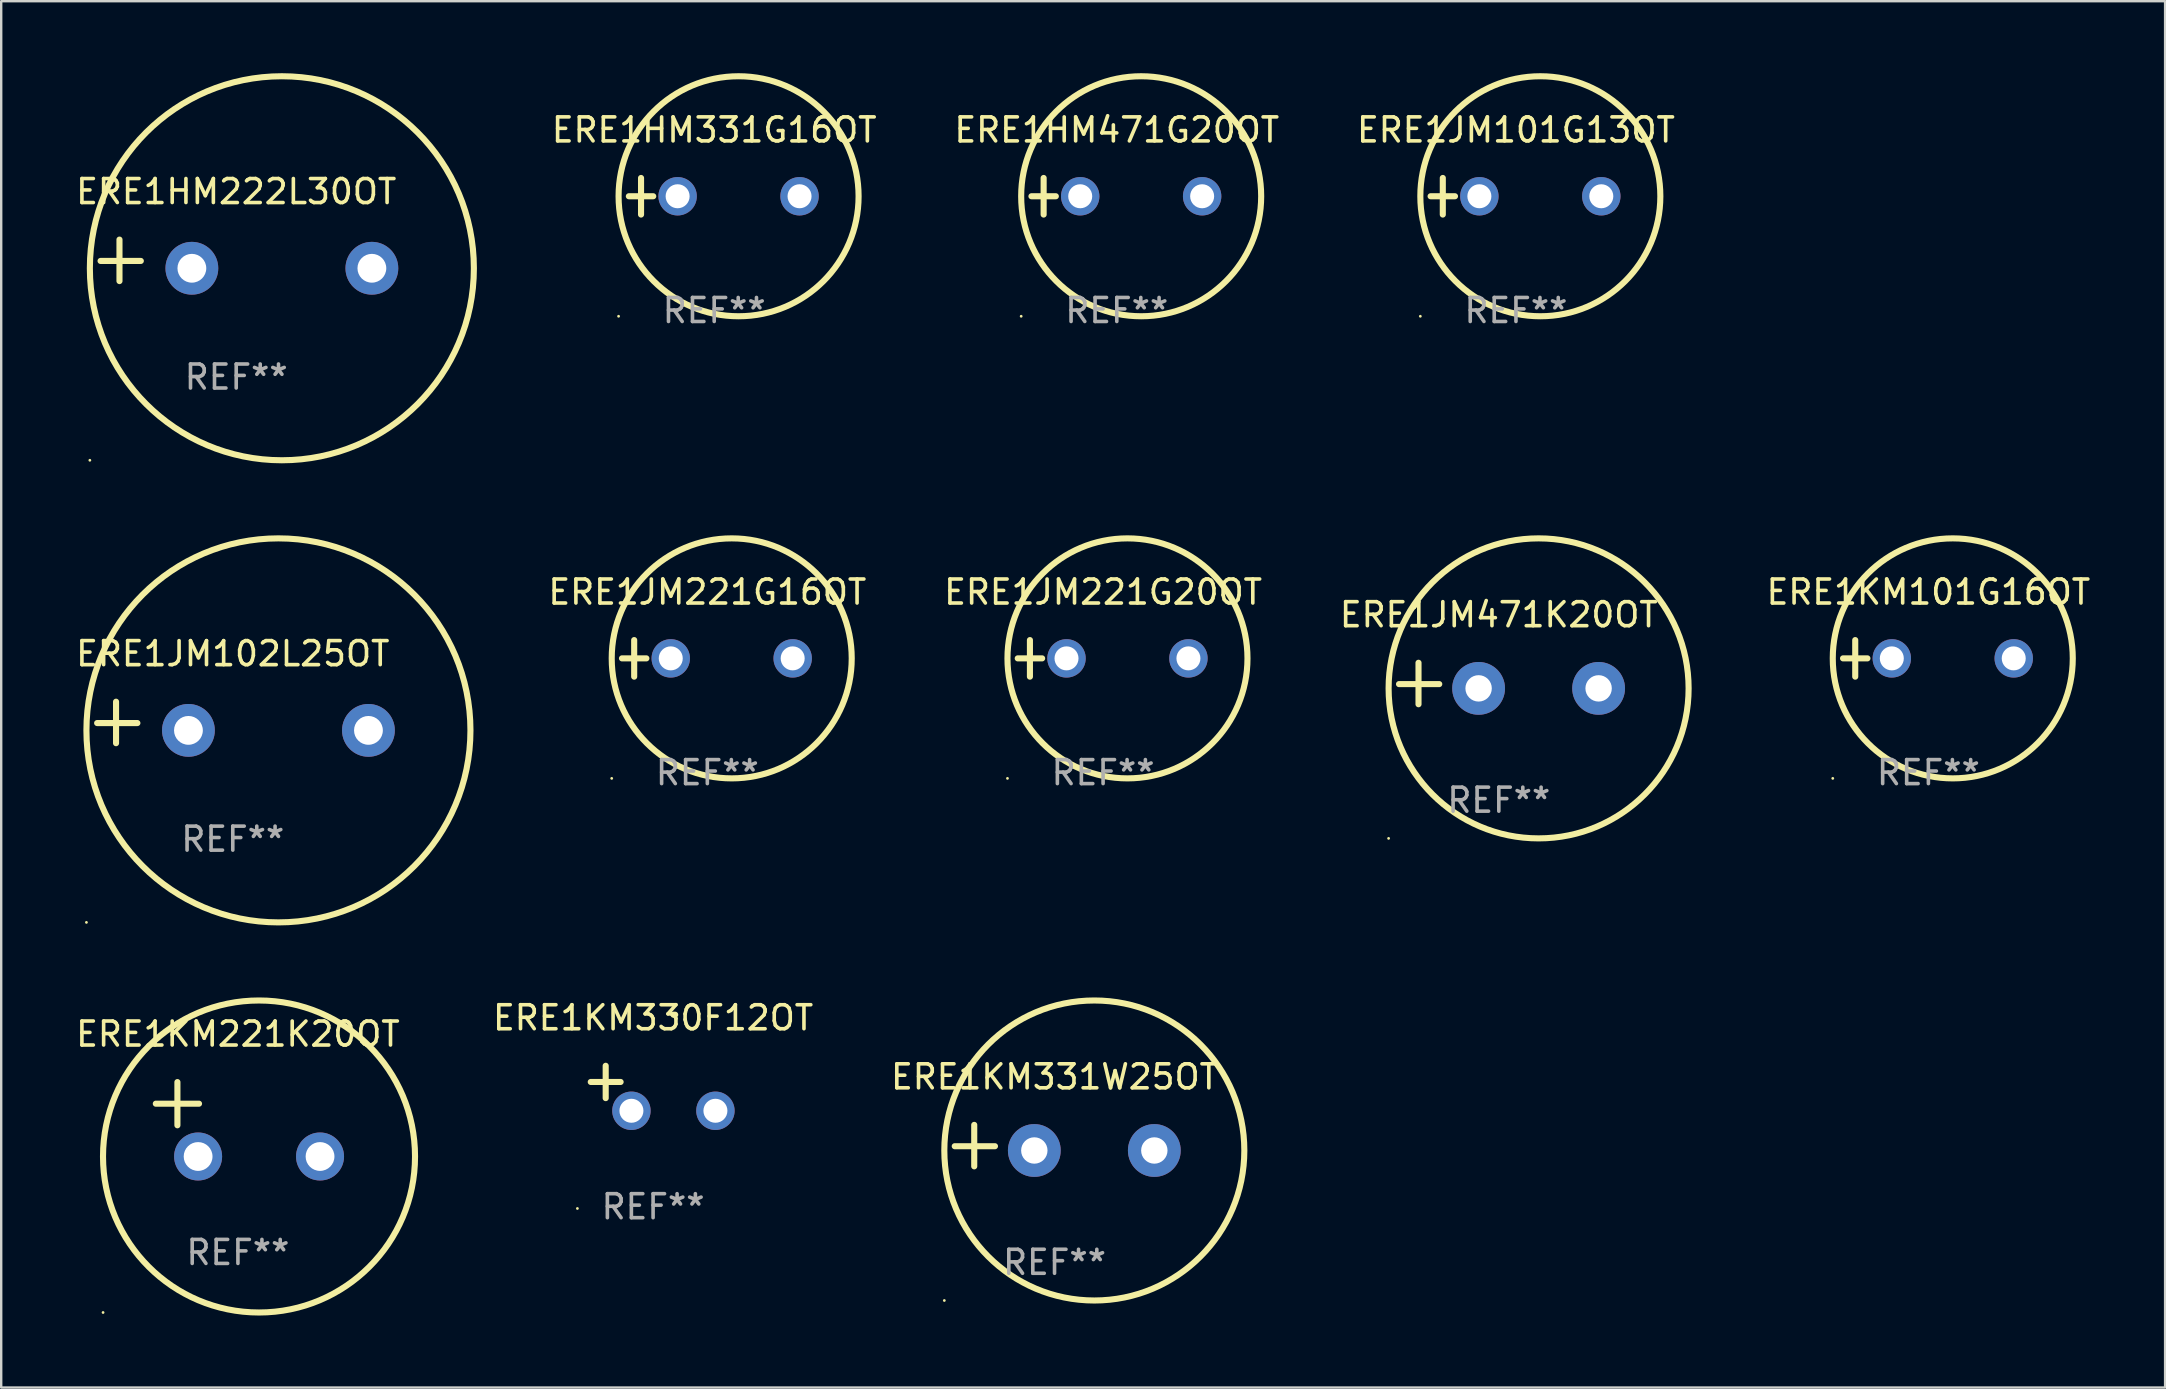
<source format=kicad_pcb>
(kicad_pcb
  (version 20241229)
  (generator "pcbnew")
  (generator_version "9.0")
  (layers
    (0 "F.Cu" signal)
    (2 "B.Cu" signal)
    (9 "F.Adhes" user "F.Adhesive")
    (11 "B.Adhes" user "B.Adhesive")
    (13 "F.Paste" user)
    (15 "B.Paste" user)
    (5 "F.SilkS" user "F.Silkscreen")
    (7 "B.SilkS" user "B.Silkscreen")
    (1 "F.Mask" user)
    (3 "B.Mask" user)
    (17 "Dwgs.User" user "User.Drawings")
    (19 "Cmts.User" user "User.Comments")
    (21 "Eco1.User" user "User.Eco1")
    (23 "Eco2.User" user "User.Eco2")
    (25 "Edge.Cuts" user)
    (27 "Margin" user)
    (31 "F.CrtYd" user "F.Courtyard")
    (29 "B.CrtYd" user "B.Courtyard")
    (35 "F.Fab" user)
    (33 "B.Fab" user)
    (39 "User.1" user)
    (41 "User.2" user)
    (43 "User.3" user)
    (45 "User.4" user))
  (footprint "ERE1KM221K20OT"
    (layer "F.Cu")
    (at 6.863 43.585)
    (property "Reference" "ERE1KM221K20OT" (at 0 -3.55 0) (layer "F.SilkS") (effects (font (size 1 1) (thickness 0.15))))
    (attr through_hole)
    (fp_line (start -3.421 -0.65) (end -1.621 -0.65) (stroke (width 0.254) (type solid)) (layer "F.SilkS"))
    (fp_line (start -2.521 -1.55) (end -2.521 0.25) (stroke (width 0.254) (type solid)) (layer "F.SilkS"))
    (fp_circle (center -5.619 8.05) (end -5.589 8.05) (stroke (width 0.06) (type solid)) (fill no) (layer "F.SilkS"))
    (fp_circle (center 0.879 1.55) (end 7.379 1.55) (stroke (width 0.254) (type solid)) (fill no) (layer "F.SilkS"))
    (fp_text user "REF**" (at 0 5.55 0) (layer "F.Fab") (effects (font (size 1 1) (thickness 0.15))))
    (pad "1" thru_hole circle (at -1.659 1.55) (size 2 2) (drill 1.2) (layers "*.Cu" "*.Mask"))
    (pad "2" thru_hole circle (at 3.421 1.55) (size 2 2) (drill 1.2) (layers "*.Cu" "*.Mask")))
  (footprint "ERE1JM102L25OT"
    (layer "F.Cu")
    (at 6.649 27.051)
    (property "Reference" "ERE1JM102L25OT" (at 0 -2.864 0) (layer "F.SilkS") (effects (font (size 1 1) (thickness 0.15))))
    (attr through_hole)
    (fp_line (start -4.864 0.864) (end -4.864 -0.864) (stroke (width 0.254) (type solid)) (layer "F.SilkS"))
    (fp_line (start -3.975 0.025) (end -5.652 0.025) (stroke (width 0.254) (type solid)) (layer "F.SilkS"))
    (fp_circle (center -6.098 8.33) (end -6.068 8.33) (stroke (width 0.06) (type solid)) (fill no) (layer "F.SilkS"))
    (fp_circle (center 1.902 0.33) (end 9.902 0.33) (stroke (width 0.254) (type solid)) (fill no) (layer "F.SilkS"))
    (fp_text user "REF**" (at 0 4.864 0) (layer "F.Fab") (effects (font (size 1 1) (thickness 0.15))))
    (pad "1" thru_hole circle (at -1.848 0.33) (size 2.2 2.2) (drill 1.2) (layers "*.Cu" "*.Mask"))
    (pad "2" thru_hole circle (at 5.652 0.33) (size 2.2 2.2) (drill 1.2) (layers "*.Cu" "*.Mask")))
  (footprint "ERE1KM331W25OT"
    (layer "F.Cu")
    (at 40.887 44.682)
    (property "Reference" "ERE1KM331W25OT" (at 0 -2.864 0) (layer "F.SilkS") (effects (font (size 1 1) (thickness 0.15))))
    (attr through_hole)
    (fp_line (start -3.346 0.864) (end -3.346 -0.864) (stroke (width 0.254) (type solid)) (layer "F.SilkS"))
    (fp_line (start -2.482 0.025) (end -4.158 0.025) (stroke (width 0.254) (type solid)) (layer "F.SilkS"))
    (fp_circle (center -4.592 6.453) (end -4.562 6.453) (stroke (width 0.06) (type solid)) (fill no) (layer "F.SilkS"))
    (fp_circle (center 1.658 0.203) (end 7.908 0.203) (stroke (width 0.254) (type solid)) (fill no) (layer "F.SilkS"))
    (fp_text user "REF**" (at 0 4.864 0) (layer "F.Fab") (effects (font (size 1 1) (thickness 0.15))))
    (pad "1" thru_hole circle (at -0.842 0.203) (size 2.2 2.2) (drill 1.1) (layers "*.Cu" "*.Mask"))
    (pad "2" thru_hole circle (at 4.158 0.203) (size 2.2 2.2) (drill 1.1) (layers "*.Cu" "*.Mask")))
  (footprint "ERE1JM471K20OT"
    (layer "F.Cu")
    (at 59.398 25.428)
    (property "Reference" "ERE1JM471K20OT" (at 0 -2.864 0) (layer "F.SilkS") (effects (font (size 1 1) (thickness 0.15))))
    (attr through_hole)
    (fp_line (start -3.346 0.864) (end -3.346 -0.864) (stroke (width 0.254) (type solid)) (layer "F.SilkS"))
    (fp_line (start -2.482 0.025) (end -4.158 0.025) (stroke (width 0.254) (type solid)) (layer "F.SilkS"))
    (fp_circle (center -4.592 6.453) (end -4.562 6.453) (stroke (width 0.06) (type solid)) (fill no) (layer "F.SilkS"))
    (fp_circle (center 1.658 0.203) (end 7.908 0.203) (stroke (width 0.254) (type solid)) (fill no) (layer "F.SilkS"))
    (fp_text user "REF**" (at 0 4.864 0) (layer "F.Fab") (effects (font (size 1 1) (thickness 0.15))))
    (pad "1" thru_hole circle (at -0.842 0.203) (size 2.2 2.2) (drill 1.1) (layers "*.Cu" "*.Mask"))
    (pad "2" thru_hole circle (at 4.158 0.203) (size 2.2 2.2) (drill 1.1) (layers "*.Cu" "*.Mask")))
  (footprint "ERE1HM222L30OT"
    (layer "F.Cu")
    (at 6.792 7.797)
    (property "Reference" "ERE1HM222L30OT" (at 0 -2.864 0) (layer "F.SilkS") (effects (font (size 1 1) (thickness 0.15))))
    (attr through_hole)
    (fp_line (start -4.864 0.864) (end -4.864 -0.864) (stroke (width 0.254) (type solid)) (layer "F.SilkS"))
    (fp_line (start -3.975 0.025) (end -5.652 0.025) (stroke (width 0.254) (type solid)) (layer "F.SilkS"))
    (fp_circle (center -6.098 8.33) (end -6.068 8.33) (stroke (width 0.06) (type solid)) (fill no) (layer "F.SilkS"))
    (fp_circle (center 1.902 0.33) (end 9.902 0.33) (stroke (width 0.254) (type solid)) (fill no) (layer "F.SilkS"))
    (fp_text user "REF**" (at 0 4.864 0) (layer "F.Fab") (effects (font (size 1 1) (thickness 0.15))))
    (pad "1" thru_hole circle (at -1.848 0.33) (size 2.2 2.2) (drill 1.2) (layers "*.Cu" "*.Mask"))
    (pad "2" thru_hole circle (at 5.652 0.33) (size 2.2 2.2) (drill 1.2) (layers "*.Cu" "*.Mask")))
  (footprint "ERE1HM331G16OT"
    (layer "F.Cu")
    (at 26.707 5.127)
    (property "Reference" "ERE1HM331G16OT" (at 0 -2.762 0) (layer "F.SilkS") (effects (font (size 1 1) (thickness 0.15))))
    (attr through_hole)
    (fp_line (start -3.556 0) (end -2.54 0) (stroke (width 0.254) (type solid)) (layer "F.SilkS"))
    (fp_line (start -3.048 -0.762) (end -3.048 0.762) (stroke (width 0.254) (type solid)) (layer "F.SilkS"))
    (fp_circle (center -3.984 5) (end -3.954 5) (stroke (width 0.06) (type solid)) (fill no) (layer "F.SilkS"))
    (fp_circle (center 1.016 0) (end 6.016 0) (stroke (width 0.254) (type solid)) (fill no) (layer "F.SilkS"))
    (fp_text user "REF**" (at 0 4.762 0) (layer "F.Fab") (effects (font (size 1 1) (thickness 0.15))))
    (pad "1" thru_hole circle (at -1.524 0) (size 1.6 1.6) (drill 1) (layers "*.Cu" "*.Mask"))
    (pad "2" thru_hole circle (at 3.556 0) (size 1.6 1.6) (drill 1) (layers "*.Cu" "*.Mask")))
  (footprint "ERE1KM330F12OT"
    (layer "F.Cu")
    (at 24.161 42.293)
    (property "Reference" "ERE1KM330F12OT" (at 0 -2.937 0) (layer "F.SilkS") (effects (font (size 1 1) (thickness 0.15))))
    (attr through_hole)
    (fp_line (start -1.975 0.41) (end -1.975 -0.937) (stroke (width 0.254) (type solid)) (layer "F.SilkS"))
    (fp_line (start -1.353 -0.263) (end -2.597 -0.263) (stroke (width 0.254) (type solid)) (layer "F.SilkS"))
    (fp_arc (start 0.849809 -3.063957) (mid 0.885369 -3.064114) (end 0.920929 -3.063957) (stroke (width 0.254001) (type solid)) (layer "F.SilkS"))
    (fp_circle (center -3.154 5.008) (end -3.124 5.008) (stroke (width 0.06) (type solid)) (fill no) (layer "F.SilkS"))
    (fp_text user "REF**" (at 0 4.937 0) (layer "F.Fab") (effects (font (size 1 1) (thickness 0.15))))
    (pad "1" thru_hole circle (at -0.903 0.937) (size 1.6 1.6) (drill 1) (layers "*.Cu" "*.Mask"))
    (pad "2" thru_hole circle (at 2.597 0.937) (size 1.6 1.6) (drill 1) (layers "*.Cu" "*.Mask")))
  (footprint "ERE1KM101G16OT"
    (layer "F.Cu")
    (at 77.296 24.381)
    (property "Reference" "ERE1KM101G16OT" (at 0 -2.762 0) (layer "F.SilkS") (effects (font (size 1 1) (thickness 0.15))))
    (attr through_hole)
    (fp_line (start -3.556 0) (end -2.54 0) (stroke (width 0.254) (type solid)) (layer "F.SilkS"))
    (fp_line (start -3.048 -0.762) (end -3.048 0.762) (stroke (width 0.254) (type solid)) (layer "F.SilkS"))
    (fp_circle (center -3.984 5) (end -3.954 5) (stroke (width 0.06) (type solid)) (fill no) (layer "F.SilkS"))
    (fp_circle (center 1.016 0) (end 6.016 0) (stroke (width 0.254) (type solid)) (fill no) (layer "F.SilkS"))
    (fp_text user "REF**" (at 0 4.762 0) (layer "F.Fab") (effects (font (size 1 1) (thickness 0.15))))
    (pad "1" thru_hole circle (at -1.524 0) (size 1.6 1.6) (drill 1) (layers "*.Cu" "*.Mask"))
    (pad "2" thru_hole circle (at 3.556 0) (size 1.6 1.6) (drill 1) (layers "*.Cu" "*.Mask")))
  (footprint "ERE1HM471G20OT"
    (layer "F.Cu")
    (at 43.481 5.127)
    (property "Reference" "ERE1HM471G20OT" (at 0 -2.762 0) (layer "F.SilkS") (effects (font (size 1 1) (thickness 0.15))))
    (attr through_hole)
    (fp_line (start -3.556 0) (end -2.54 0) (stroke (width 0.254) (type solid)) (layer "F.SilkS"))
    (fp_line (start -3.048 -0.762) (end -3.048 0.762) (stroke (width 0.254) (type solid)) (layer "F.SilkS"))
    (fp_circle (center -3.984 5) (end -3.954 5) (stroke (width 0.06) (type solid)) (fill no) (layer "F.SilkS"))
    (fp_circle (center 1.016 0) (end 6.016 0) (stroke (width 0.254) (type solid)) (fill no) (layer "F.SilkS"))
    (fp_text user "REF**" (at 0 4.762 0) (layer "F.Fab") (effects (font (size 1 1) (thickness 0.15))))
    (pad "1" thru_hole circle (at -1.524 0) (size 1.6 1.6) (drill 1) (layers "*.Cu" "*.Mask"))
    (pad "2" thru_hole circle (at 3.556 0) (size 1.6 1.6) (drill 1) (layers "*.Cu" "*.Mask")))
  (footprint "ERE1JM101G13OT"
    (layer "F.Cu")
    (at 60.112 5.127)
    (property "Reference" "ERE1JM101G13OT" (at 0 -2.762 0) (layer "F.SilkS") (effects (font (size 1 1) (thickness 0.15))))
    (attr through_hole)
    (fp_line (start -3.556 0) (end -2.54 0) (stroke (width 0.254) (type solid)) (layer "F.SilkS"))
    (fp_line (start -3.048 -0.762) (end -3.048 0.762) (stroke (width 0.254) (type solid)) (layer "F.SilkS"))
    (fp_circle (center -3.984 5) (end -3.954 5) (stroke (width 0.06) (type solid)) (fill no) (layer "F.SilkS"))
    (fp_circle (center 1.016 0) (end 6.016 0) (stroke (width 0.254) (type solid)) (fill no) (layer "F.SilkS"))
    (fp_text user "REF**" (at 0 4.762 0) (layer "F.Fab") (effects (font (size 1 1) (thickness 0.15))))
    (pad "1" thru_hole circle (at -1.524 0) (size 1.6 1.6) (drill 1) (layers "*.Cu" "*.Mask"))
    (pad "2" thru_hole circle (at 3.556 0) (size 1.6 1.6) (drill 1) (layers "*.Cu" "*.Mask")))
  (footprint "ERE1JM221G16OT"
    (layer "F.Cu")
    (at 26.421 24.381)
    (property "Reference" "ERE1JM221G16OT" (at 0 -2.762 0) (layer "F.SilkS") (effects (font (size 1 1) (thickness 0.15))))
    (attr through_hole)
    (fp_line (start -3.556 0) (end -2.54 0) (stroke (width 0.254) (type solid)) (layer "F.SilkS"))
    (fp_line (start -3.048 -0.762) (end -3.048 0.762) (stroke (width 0.254) (type solid)) (layer "F.SilkS"))
    (fp_circle (center -3.984 5) (end -3.954 5) (stroke (width 0.06) (type solid)) (fill no) (layer "F.SilkS"))
    (fp_circle (center 1.016 0) (end 6.016 0) (stroke (width 0.254) (type solid)) (fill no) (layer "F.SilkS"))
    (fp_text user "REF**" (at 0 4.762 0) (layer "F.Fab") (effects (font (size 1 1) (thickness 0.15))))
    (pad "1" thru_hole circle (at -1.524 0) (size 1.6 1.6) (drill 1) (layers "*.Cu" "*.Mask"))
    (pad "2" thru_hole circle (at 3.556 0) (size 1.6 1.6) (drill 1) (layers "*.Cu" "*.Mask")))
  (footprint "ERE1JM221G20OT"
    (layer "F.Cu")
    (at 42.91 24.381)
    (property "Reference" "ERE1JM221G20OT" (at 0 -2.762 0) (layer "F.SilkS") (effects (font (size 1 1) (thickness 0.15))))
    (attr through_hole)
    (fp_line (start -3.556 0) (end -2.54 0) (stroke (width 0.254) (type solid)) (layer "F.SilkS"))
    (fp_line (start -3.048 -0.762) (end -3.048 0.762) (stroke (width 0.254) (type solid)) (layer "F.SilkS"))
    (fp_circle (center -3.984 5) (end -3.954 5) (stroke (width 0.06) (type solid)) (fill no) (layer "F.SilkS"))
    (fp_circle (center 1.016 0) (end 6.016 0) (stroke (width 0.254) (type solid)) (fill no) (layer "F.SilkS"))
    (fp_text user "REF**" (at 0 4.762 0) (layer "F.Fab") (effects (font (size 1 1) (thickness 0.15))))
    (pad "1" thru_hole circle (at -1.524 0) (size 1.6 1.6) (drill 1) (layers "*.Cu" "*.Mask"))
    (pad "2" thru_hole circle (at 3.556 0) (size 1.6 1.6) (drill 1) (layers "*.Cu" "*.Mask")))
  (gr_rect
    (start -3 -3)
    (end 87.159 54.762)
    (stroke (width 0.1) (type default))
    (fill no)
    (layer "Edge.Cuts")))
</source>
